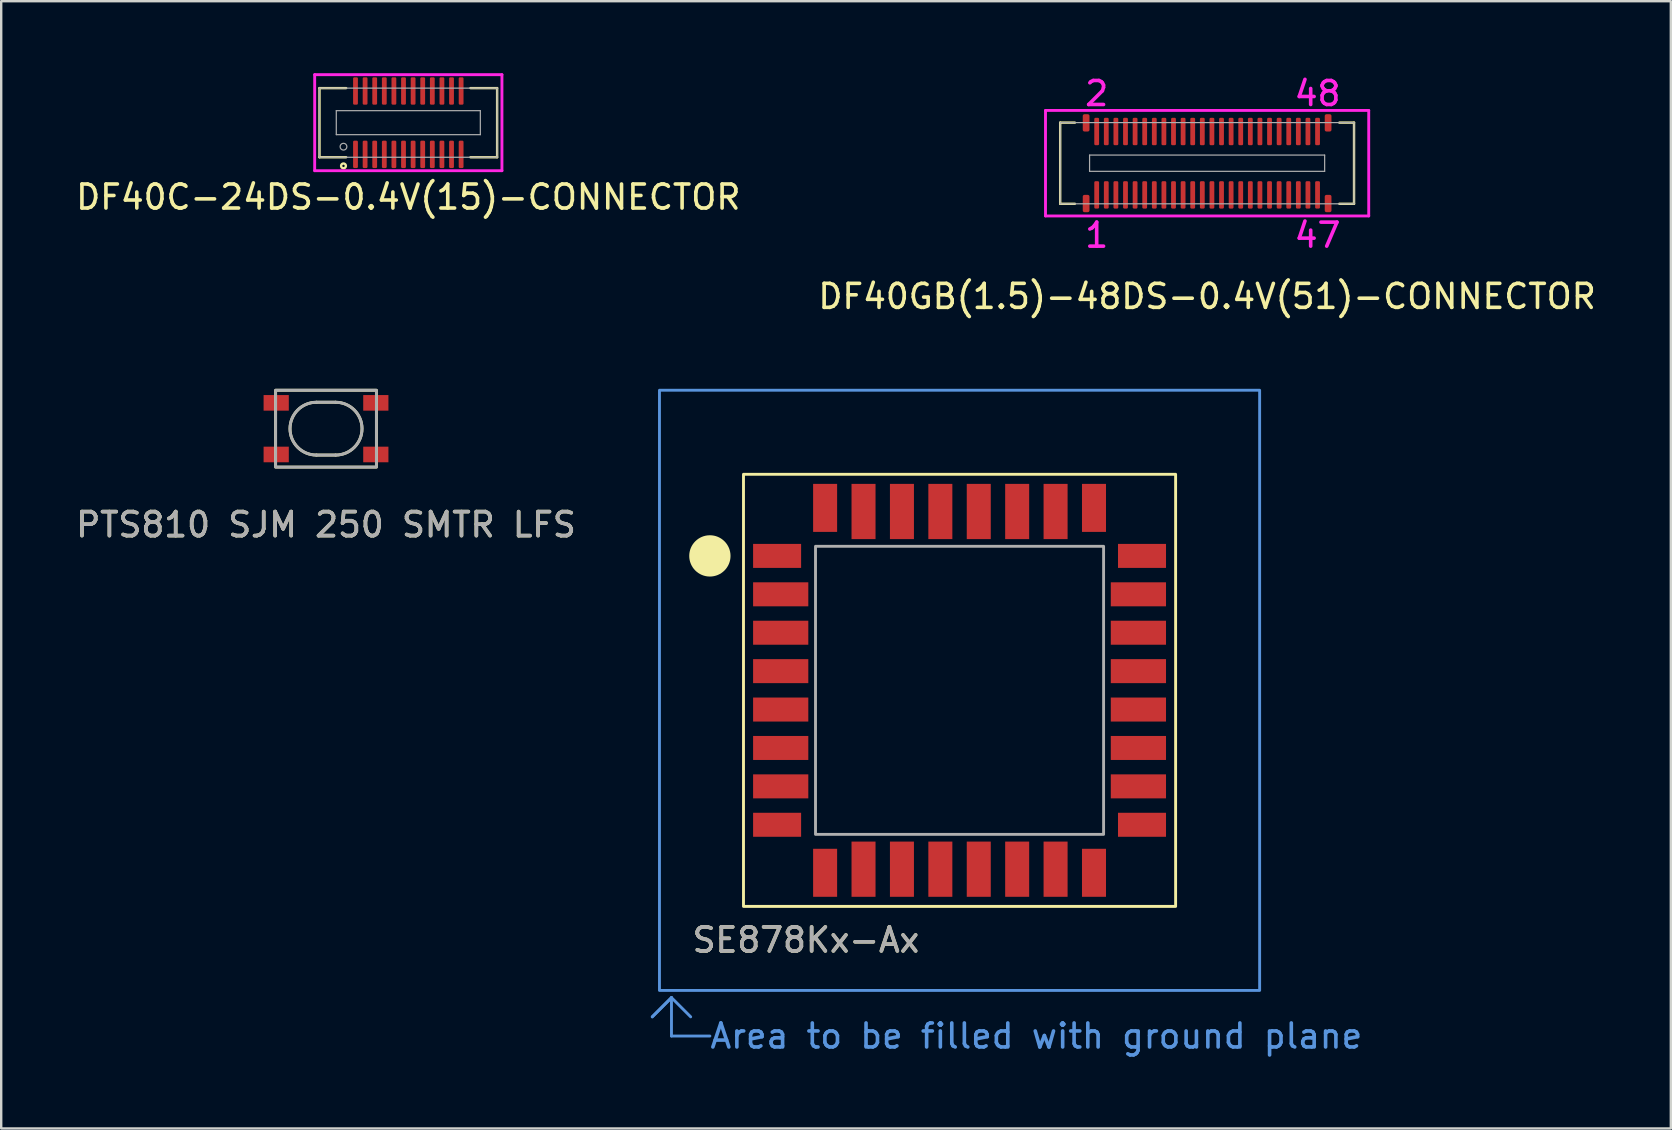
<source format=kicad_pcb>
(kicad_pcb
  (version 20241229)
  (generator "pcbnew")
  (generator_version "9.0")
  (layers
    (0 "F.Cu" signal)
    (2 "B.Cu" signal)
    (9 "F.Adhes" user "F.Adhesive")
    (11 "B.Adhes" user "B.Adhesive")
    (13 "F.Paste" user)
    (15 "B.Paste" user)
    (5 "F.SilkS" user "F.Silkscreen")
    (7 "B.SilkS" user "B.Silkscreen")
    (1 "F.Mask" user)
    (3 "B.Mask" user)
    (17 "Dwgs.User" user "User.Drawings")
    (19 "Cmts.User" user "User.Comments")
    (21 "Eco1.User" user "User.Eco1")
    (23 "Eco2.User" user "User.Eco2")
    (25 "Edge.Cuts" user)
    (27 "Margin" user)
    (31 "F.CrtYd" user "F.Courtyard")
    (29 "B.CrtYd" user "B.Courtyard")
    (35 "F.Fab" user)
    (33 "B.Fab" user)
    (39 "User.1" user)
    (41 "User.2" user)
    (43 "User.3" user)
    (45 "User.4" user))
  (footprint "DF40C-24DS-0.4V(15)-CONNECTOR"
    (layer "F.Cu")
    (at 13.958 2.06)
    (property "Reference" "DF40C-24DS-0.4V(15)-CONNECTOR" (at 0 3.1 0) (layer "F.SilkS") (effects (font (size 1 1) (thickness 0.15))))
    (attr through_hole)
    (fp_line (start -3.7 -1.44) (end -3.7 1.44) (stroke (width 0.1) (type solid)) (layer "F.SilkS"))
    (fp_line (start -3.7 -1.44) (end -2.59 -1.44) (stroke (width 0.1) (type solid)) (layer "F.SilkS"))
    (fp_line (start -3.7 1.44) (end -2.59 1.44) (stroke (width 0.1) (type solid)) (layer "F.SilkS"))
    (fp_line (start 3.7 -1.44) (end 2.59 -1.44) (stroke (width 0.1) (type solid)) (layer "F.SilkS"))
    (fp_line (start 3.7 1.44) (end 2.59 1.44) (stroke (width 0.1) (type solid)) (layer "F.SilkS"))
    (fp_line (start 3.7 1.44) (end 3.7 -1.44) (stroke (width 0.1) (type solid)) (layer "F.SilkS"))
    (fp_circle (center -2.7 1.8) (end -2.6 1.8) (stroke (width 0.1) (type solid)) (fill no) (layer "F.SilkS"))
    (fp_line (start -3.9 -2) (end 3.9 -2) (stroke (width 0.12) (type solid)) (layer "F.CrtYd"))
    (fp_line (start -3.9 2) (end -3.9 -2) (stroke (width 0.12) (type solid)) (layer "F.CrtYd"))
    (fp_line (start 3.9 -2) (end 3.9 2) (stroke (width 0.12) (type solid)) (layer "F.CrtYd"))
    (fp_line (start 3.9 2) (end -3.9 2) (stroke (width 0.12) (type solid)) (layer "F.CrtYd"))
    (fp_line (start -3.7 -1.44) (end -3.7 1.44) (stroke (width 0.05) (type solid)) (layer "F.Fab"))
    (fp_line (start -3.7 1.44) (end 3.7 1.44) (stroke (width 0.05) (type solid)) (layer "F.Fab"))
    (fp_line (start -3 -0.5) (end -3 0.5) (stroke (width 0.05) (type solid)) (layer "F.Fab"))
    (fp_line (start -3 0.5) (end 3 0.5) (stroke (width 0.05) (type solid)) (layer "F.Fab"))
    (fp_line (start 3 -0.5) (end -3 -0.5) (stroke (width 0.05) (type solid)) (layer "F.Fab"))
    (fp_line (start 3 0.5) (end 3 -0.5) (stroke (width 0.05) (type solid)) (layer "F.Fab"))
    (fp_line (start 3.7 -1.44) (end -3.7 -1.44) (stroke (width 0.05) (type solid)) (layer "F.Fab"))
    (fp_line (start 3.7 1.44) (end 3.7 -1.44) (stroke (width 0.05) (type solid)) (layer "F.Fab"))
    (fp_circle (center -2.7 1) (end -2.6 1.1) (stroke (width 0.05) (type solid)) (fill no) (layer "F.Fab"))
    (pad "1" smd roundrect (at -2.2 1.32) (size 0.2 1.14) (layers "F.Cu" "F.Mask" "F.Paste") (roundrect_rratio 0.25))
    (pad "2" smd roundrect (at -1.8 1.32) (size 0.2 1.14) (layers "F.Cu" "F.Mask" "F.Paste") (roundrect_rratio 0.25))
    (pad "3" smd roundrect (at -1.4 1.32) (size 0.2 1.14) (layers "F.Cu" "F.Mask" "F.Paste") (roundrect_rratio 0.25))
    (pad "4" smd roundrect (at -1 1.32) (size 0.2 1.14) (layers "F.Cu" "F.Mask" "F.Paste") (roundrect_rratio 0.25))
    (pad "5" smd roundrect (at -0.6 1.32) (size 0.2 1.14) (layers "F.Cu" "F.Mask" "F.Paste") (roundrect_rratio 0.25))
    (pad "6" smd roundrect (at -0.2 1.32) (size 0.2 1.14) (layers "F.Cu" "F.Mask" "F.Paste") (roundrect_rratio 0.25))
    (pad "7" smd roundrect (at 0.2 1.32) (size 0.2 1.14) (layers "F.Cu" "F.Mask" "F.Paste") (roundrect_rratio 0.25))
    (pad "8" smd roundrect (at 0.6 1.32) (size 0.2 1.14) (layers "F.Cu" "F.Mask" "F.Paste") (roundrect_rratio 0.25))
    (pad "9" smd roundrect (at 1 1.32) (size 0.2 1.14) (layers "F.Cu" "F.Mask" "F.Paste") (roundrect_rratio 0.25))
    (pad "10" smd roundrect (at 1.4 1.32) (size 0.2 1.14) (layers "F.Cu" "F.Mask" "F.Paste") (roundrect_rratio 0.25))
    (pad "11" smd roundrect (at 1.8 1.32) (size 0.2 1.14) (layers "F.Cu" "F.Mask" "F.Paste") (roundrect_rratio 0.25))
    (pad "12" smd roundrect (at 2.2 1.32) (size 0.2 1.14) (layers "F.Cu" "F.Mask" "F.Paste") (roundrect_rratio 0.25))
    (pad "13" smd roundrect (at 2.2 -1.32) (size 0.2 1.14) (layers "F.Cu" "F.Mask" "F.Paste") (roundrect_rratio 0.25))
    (pad "14" smd roundrect (at 1.8 -1.32) (size 0.2 1.14) (layers "F.Cu" "F.Mask" "F.Paste") (roundrect_rratio 0.25))
    (pad "15" smd roundrect (at 1.4 -1.32) (size 0.2 1.14) (layers "F.Cu" "F.Mask" "F.Paste") (roundrect_rratio 0.25))
    (pad "16" smd roundrect (at 1 -1.32) (size 0.2 1.14) (layers "F.Cu" "F.Mask" "F.Paste") (roundrect_rratio 0.25))
    (pad "17" smd roundrect (at 0.6 -1.32) (size 0.2 1.14) (layers "F.Cu" "F.Mask" "F.Paste") (roundrect_rratio 0.25))
    (pad "18" smd roundrect (at 0.2 -1.32) (size 0.2 1.14) (layers "F.Cu" "F.Mask" "F.Paste") (roundrect_rratio 0.25))
    (pad "19" smd roundrect (at -0.2 -1.32) (size 0.2 1.14) (layers "F.Cu" "F.Mask" "F.Paste") (roundrect_rratio 0.25))
    (pad "20" smd roundrect (at -0.6 -1.32) (size 0.2 1.14) (layers "F.Cu" "F.Mask" "F.Paste") (roundrect_rratio 0.25))
    (pad "21" smd roundrect (at -1 -1.32) (size 0.2 1.14) (layers "F.Cu" "F.Mask" "F.Paste") (roundrect_rratio 0.25))
    (pad "22" smd roundrect (at -1.4 -1.32) (size 0.2 1.14) (layers "F.Cu" "F.Mask" "F.Paste") (roundrect_rratio 0.25))
    (pad "23" smd roundrect (at -1.8 -1.32) (size 0.2 1.14) (layers "F.Cu" "F.Mask" "F.Paste") (roundrect_rratio 0.25))
    (pad "24" smd roundrect (at -2.2 -1.32) (size 0.2 1.14) (layers "F.Cu" "F.Mask" "F.Paste") (roundrect_rratio 0.25)))
  (footprint "PTS810 SJM 250 SMTR LFS"
    (layer "F.Cu")
    (at 10.53 14.806)
    (property "Reference" "PTS810 SJM 250 SMTR LFS" (at 0 4 0) (unlocked yes) (layer "F.SilkS") (effects (font (size 1 1) (thickness 0.15))))
    (attr smd)
    (fp_line (start -0.4 1.1) (end 0.4 1.1) (stroke (width 0.12) (type solid)) (layer "F.SilkS"))
    (fp_line (start 0.4 -1.1) (end -0.4 -1.1) (stroke (width 0.12) (type solid)) (layer "F.SilkS"))
    (fp_rect (start -2.1 1.6) (end 2.1 -1.6) (stroke (width 0.12) (type solid)) (fill no) (layer "F.SilkS"))
    (fp_arc (start -0.4 1.1) (mid -1.5 0) (end -0.4 -1.1) (stroke (width 0.12) (type solid)) (layer "F.SilkS"))
    (fp_arc (start 0.4 -1.1) (mid 1.5 0) (end 0.4 1.1) (stroke (width 0.12) (type solid)) (layer "F.SilkS"))
    (fp_line (start -0.4 1.1) (end 0.4 1.1) (stroke (width 0.12) (type solid)) (layer "F.Fab"))
    (fp_line (start 0.4 -1.1) (end -0.4 -1.1) (stroke (width 0.12) (type solid)) (layer "F.Fab"))
    (fp_rect (start -2.1 -1.6) (end 2.1 1.6) (stroke (width 0.12) (type solid)) (fill no) (layer "F.Fab"))
    (fp_arc (start -0.4 1.1) (mid -1.5 0) (end -0.4 -1.1) (stroke (width 0.12) (type solid)) (layer "F.Fab"))
    (fp_arc (start 0.4 -1.1) (mid 1.5 0) (end 0.4 1.1) (stroke (width 0.12) (type solid)) (layer "F.Fab"))
    (fp_text user "${REFERENCE}" (at 0 4 0) (unlocked yes) (layer "F.Fab") (effects (font (size 1 1) (thickness 0.15))))
    (pad "1" smd rect (at -2.075 -1.075) (size 1.05 0.65) (layers "F.Cu" "F.Mask" "F.Paste"))
    (pad "2" smd rect (at -2.075 1.075) (size 1.05 0.65) (layers "F.Cu" "F.Mask" "F.Paste"))
    (pad "3" smd rect (at 2.075 1.075) (size 1.05 0.65) (layers "F.Cu" "F.Mask" "F.Paste"))
    (pad "4" smd rect (at 2.075 -1.075) (size 1.05 0.65) (layers "F.Cu" "F.Mask" "F.Paste")))
  (footprint "SE878Kx-Ax"
    (layer "F.Cu")
    (at 36.92 25.706)
    (property "Reference" "SE878Kx-Ax" (at -6.4 10.4 0) (unlocked yes) (layer "F.SilkS") (effects (font (size 1 1) (thickness 0.15))))
    (attr smd)
    (fp_rect (start -9 -9) (end 9 9) (stroke (width 0.12) (type solid)) (fill no) (layer "F.SilkS"))
    (fp_circle (center -10.4 -5.6) (end -9.6 -5.6) (stroke (width 0.12) (type solid)) (fill yes) (layer "F.SilkS"))
    (fp_line (start -12.8 13.6) (end -12 12.8) (stroke (width 0.12) (type solid)) (layer "Cmts.User"))
    (fp_line (start -12 12.8) (end -12.8 13.6) (stroke (width 0.12) (type solid)) (layer "Cmts.User"))
    (fp_line (start -12 12.8) (end -11.2 13.6) (stroke (width 0.12) (type solid)) (layer "Cmts.User"))
    (fp_line (start -12 14.4) (end -12 12.8) (stroke (width 0.12) (type solid)) (layer "Cmts.User"))
    (fp_line (start -10.4 14.4) (end -12 14.4) (stroke (width 0.12) (type solid)) (layer "Cmts.User"))
    (fp_rect (start -12.5 -12.5) (end 12.5 12.5) (stroke (width 0.12) (type solid)) (fill no) (layer "Cmts.User"))
    (fp_rect (start -6 -6) (end 6 6) (stroke (width 0.12) (type solid)) (fill no) (layer "F.Fab"))
    (fp_text user "Area to be filled with ground plane" (at 3.2 14.4 0) (unlocked yes) (layer "Cmts.User") (effects (font (size 1 1) (thickness 0.15))))
    (fp_text user "${REFERENCE}" (at -6.4 10.4 0) (unlocked yes) (layer "F.Fab") (effects (font (size 1 1) (thickness 0.15))))
    (pad "1" smd rect (at -7.6 -5.6 90) (size 1 2) (layers "F.Cu" "F.Mask" "F.Paste"))
    (pad "2" smd rect (at -7.45 -4 90) (size 1 2.3) (layers "F.Cu" "F.Mask" "F.Paste"))
    (pad "3" smd rect (at -7.45 -2.4 90) (size 1 2.3) (layers "F.Cu" "F.Mask" "F.Paste"))
    (pad "4" smd rect (at -7.45 -0.8 90) (size 1 2.3) (layers "F.Cu" "F.Mask" "F.Paste"))
    (pad "5" smd rect (at -7.45 0.8 90) (size 1 2.3) (layers "F.Cu" "F.Mask" "F.Paste"))
    (pad "6" smd rect (at -7.45 2.4 90) (size 1 2.3) (layers "F.Cu" "F.Mask" "F.Paste"))
    (pad "7" smd rect (at -7.45 4 90) (size 1 2.3) (layers "F.Cu" "F.Mask" "F.Paste"))
    (pad "8" smd rect (at -7.6 5.6 90) (size 1 2) (layers "F.Cu" "F.Mask" "F.Paste"))
    (pad "9" smd rect (at -5.6 7.6 180) (size 1 2) (layers "F.Cu" "F.Mask" "F.Paste"))
    (pad "10" smd rect (at -4 7.45 180) (size 1 2.3) (layers "F.Cu" "F.Mask" "F.Paste"))
    (pad "11" smd rect (at -2.4 7.45 180) (size 1 2.3) (layers "F.Cu" "F.Mask" "F.Paste"))
    (pad "12" smd rect (at -0.8 7.45 180) (size 1 2.3) (layers "F.Cu" "F.Mask" "F.Paste"))
    (pad "13" smd rect (at 0.8 7.45 180) (size 1 2.3) (layers "F.Cu" "F.Mask" "F.Paste"))
    (pad "14" smd rect (at 2.4 7.45 180) (size 1 2.3) (layers "F.Cu" "F.Mask" "F.Paste"))
    (pad "15" smd rect (at 4 7.45 180) (size 1 2.3) (layers "F.Cu" "F.Mask" "F.Paste"))
    (pad "16" smd rect (at 5.6 7.6 180) (size 1 2) (layers "F.Cu" "F.Mask" "F.Paste"))
    (pad "17" smd rect (at 7.6 5.6 270) (size 1 2) (layers "F.Cu" "F.Mask" "F.Paste"))
    (pad "18" smd rect (at 7.45 4 270) (size 1 2.3) (layers "F.Cu" "F.Mask" "F.Paste"))
    (pad "19" smd rect (at 7.45 2.4 270) (size 1 2.3) (layers "F.Cu" "F.Mask" "F.Paste"))
    (pad "20" smd rect (at 7.45 0.8 270) (size 1 2.3) (layers "F.Cu" "F.Mask" "F.Paste"))
    (pad "21" smd rect (at 7.45 -0.8 270) (size 1 2.3) (layers "F.Cu" "F.Mask" "F.Paste"))
    (pad "22" smd rect (at 7.45 -2.4 270) (size 1 2.3) (layers "F.Cu" "F.Mask" "F.Paste"))
    (pad "23" smd rect (at 7.45 -4 270) (size 1 2.3) (layers "F.Cu" "F.Mask" "F.Paste"))
    (pad "24" smd rect (at 7.6 -5.6 270) (size 1 2) (layers "F.Cu" "F.Mask" "F.Paste"))
    (pad "25" smd rect (at 5.6 -7.6) (size 1 2) (layers "F.Cu" "F.Mask" "F.Paste"))
    (pad "26" smd rect (at 4 -7.45) (size 1 2.3) (layers "F.Cu" "F.Mask" "F.Paste"))
    (pad "27" smd rect (at 2.4 -7.45) (size 1 2.3) (layers "F.Cu" "F.Mask" "F.Paste"))
    (pad "28" smd rect (at 0.8 -7.45) (size 1 2.3) (layers "F.Cu" "F.Mask" "F.Paste"))
    (pad "29" smd rect (at -0.8 -7.45) (size 1 2.3) (layers "F.Cu" "F.Mask" "F.Paste"))
    (pad "30" smd rect (at -2.4 -7.45) (size 1 2.3) (layers "F.Cu" "F.Mask" "F.Paste"))
    (pad "31" smd rect (at -4 -7.45) (size 1 2.3) (layers "F.Cu" "F.Mask" "F.Paste"))
    (pad "32" smd rect (at -5.6 -7.6) (size 1 2) (layers "F.Cu" "F.Mask" "F.Paste")))
  (footprint "DF40GB(1.5)-48DS-0.4V(51)-CONNECTOR"
    (layer "F.Cu")
    (at 47.232 3.748)
    (property "Reference" "DF40GB(1.5)-48DS-0.4V(51)-CONNECTOR" (at 0 5.55 0) (layer "F.SilkS") (effects (font (size 1 1) (thickness 0.15))))
    (attr through_hole)
    (fp_line (start -6.12 -1.69) (end -6.12 1.69) (stroke (width 0.1) (type solid)) (layer "F.SilkS"))
    (fp_line (start -6.12 1.69) (end -5.508 1.69) (stroke (width 0.1) (type solid)) (layer "F.SilkS"))
    (fp_line (start -5.508 -1.69) (end -6.12 -1.69) (stroke (width 0.1) (type solid)) (layer "F.SilkS"))
    (fp_line (start 5.508 1.69) (end 6.12 1.69) (stroke (width 0.1) (type solid)) (layer "F.SilkS"))
    (fp_line (start 6.12 -1.69) (end 5.508 -1.69) (stroke (width 0.1) (type solid)) (layer "F.SilkS"))
    (fp_line (start 6.12 1.69) (end 6.12 -1.69) (stroke (width 0.1) (type solid)) (layer "F.SilkS"))
    (fp_line (start -6.732 -2.197) (end -6.732 2.197) (stroke (width 0.12) (type solid)) (layer "F.CrtYd"))
    (fp_line (start -6.732 2.197) (end 6.732 2.197) (stroke (width 0.12) (type solid)) (layer "F.CrtYd"))
    (fp_line (start 6.732 -2.197) (end -6.732 -2.197) (stroke (width 0.12) (type solid)) (layer "F.CrtYd"))
    (fp_line (start 6.732 2.197) (end 6.732 -2.197) (stroke (width 0.12) (type solid)) (layer "F.CrtYd"))
    (fp_line (start -6.12 -1.69) (end 6.12 -1.69) (stroke (width 0.05) (type solid)) (layer "F.Fab"))
    (fp_line (start -6.12 1.69) (end -6.12 -1.69) (stroke (width 0.05) (type solid)) (layer "F.Fab"))
    (fp_line (start -4.896 -0.338) (end 4.896 -0.338) (stroke (width 0.05) (type solid)) (layer "F.Fab"))
    (fp_line (start -4.896 0.338) (end -4.896 -0.338) (stroke (width 0.05) (type solid)) (layer "F.Fab"))
    (fp_line (start 4.896 -0.338) (end 4.896 0.338) (stroke (width 0.05) (type solid)) (layer "F.Fab"))
    (fp_line (start 4.896 0.338) (end -4.896 0.338) (stroke (width 0.05) (type solid)) (layer "F.Fab"))
    (fp_line (start 6.12 -1.69) (end 6.12 1.69) (stroke (width 0.05) (type solid)) (layer "F.Fab"))
    (fp_line (start 6.12 1.69) (end -6.12 1.69) (stroke (width 0.05) (type solid)) (layer "F.Fab"))
    (fp_text user "2" (at -4.6 -2.9 0) (layer "F.CrtYd") (effects (font (size 1 1) (thickness 0.15))))
    (fp_text user "48" (at 4.6 -2.9 0) (layer "F.CrtYd") (effects (font (size 1 1) (thickness 0.15))))
    (fp_text user "1" (at -4.6 3 0) (layer "F.CrtYd") (effects (font (size 1 1) (thickness 0.15))))
    (fp_text user "47" (at 4.6 3 0) (layer "F.CrtYd") (effects (font (size 1 1) (thickness 0.15))))
    (pad "1" smd roundrect (at -4.6 1.32) (size 0.2 1.14) (layers "F.Cu" "F.Mask" "F.Paste") (roundrect_rratio 0.25))
    (pad "2" smd roundrect (at -4.6 -1.32) (size 0.2 1.14) (layers "F.Cu" "F.Mask" "F.Paste") (roundrect_rratio 0.25))
    (pad "3" smd roundrect (at -4.2 1.32) (size 0.2 1.14) (layers "F.Cu" "F.Mask" "F.Paste") (roundrect_rratio 0.25))
    (pad "4" smd roundrect (at -4.2 -1.32) (size 0.2 1.14) (layers "F.Cu" "F.Mask" "F.Paste") (roundrect_rratio 0.25))
    (pad "5" smd roundrect (at -3.8 1.32) (size 0.2 1.14) (layers "F.Cu" "F.Mask" "F.Paste") (roundrect_rratio 0.25))
    (pad "6" smd roundrect (at -3.8 -1.32) (size 0.2 1.14) (layers "F.Cu" "F.Mask" "F.Paste") (roundrect_rratio 0.25))
    (pad "7" smd roundrect (at -3.4 1.32) (size 0.2 1.14) (layers "F.Cu" "F.Mask" "F.Paste") (roundrect_rratio 0.25))
    (pad "8" smd roundrect (at -3.4 -1.32) (size 0.2 1.14) (layers "F.Cu" "F.Mask" "F.Paste") (roundrect_rratio 0.25))
    (pad "9" smd roundrect (at -3 1.32) (size 0.2 1.14) (layers "F.Cu" "F.Mask" "F.Paste") (roundrect_rratio 0.25))
    (pad "10" smd roundrect (at -3 -1.32) (size 0.2 1.14) (layers "F.Cu" "F.Mask" "F.Paste") (roundrect_rratio 0.25))
    (pad "11" smd roundrect (at -2.6 1.32) (size 0.2 1.14) (layers "F.Cu" "F.Mask" "F.Paste") (roundrect_rratio 0.25))
    (pad "12" smd roundrect (at -2.6 -1.32) (size 0.2 1.14) (layers "F.Cu" "F.Mask" "F.Paste") (roundrect_rratio 0.25))
    (pad "13" smd roundrect (at -2.2 1.32) (size 0.2 1.14) (layers "F.Cu" "F.Mask" "F.Paste") (roundrect_rratio 0.25))
    (pad "14" smd roundrect (at -2.2 -1.32) (size 0.2 1.14) (layers "F.Cu" "F.Mask" "F.Paste") (roundrect_rratio 0.25))
    (pad "15" smd roundrect (at -1.8 1.32) (size 0.2 1.14) (layers "F.Cu" "F.Mask" "F.Paste") (roundrect_rratio 0.25))
    (pad "16" smd roundrect (at -1.8 -1.32) (size 0.2 1.14) (layers "F.Cu" "F.Mask" "F.Paste") (roundrect_rratio 0.25))
    (pad "17" smd roundrect (at -1.4 1.32) (size 0.2 1.14) (layers "F.Cu" "F.Mask" "F.Paste") (roundrect_rratio 0.25))
    (pad "18" smd roundrect (at -1.4 -1.32) (size 0.2 1.14) (layers "F.Cu" "F.Mask" "F.Paste") (roundrect_rratio 0.25))
    (pad "19" smd roundrect (at -1 1.32) (size 0.2 1.14) (layers "F.Cu" "F.Mask" "F.Paste") (roundrect_rratio 0.25))
    (pad "20" smd roundrect (at -1 -1.32) (size 0.2 1.14) (layers "F.Cu" "F.Mask" "F.Paste") (roundrect_rratio 0.25))
    (pad "21" smd roundrect (at -0.6 1.32) (size 0.2 1.14) (layers "F.Cu" "F.Mask" "F.Paste") (roundrect_rratio 0.25))
    (pad "22" smd roundrect (at -0.6 -1.32) (size 0.2 1.14) (layers "F.Cu" "F.Mask" "F.Paste") (roundrect_rratio 0.25))
    (pad "23" smd roundrect (at -0.2 1.32) (size 0.2 1.14) (layers "F.Cu" "F.Mask" "F.Paste") (roundrect_rratio 0.25))
    (pad "24" smd roundrect (at -0.2 -1.32) (size 0.2 1.14) (layers "F.Cu" "F.Mask" "F.Paste") (roundrect_rratio 0.25))
    (pad "25" smd roundrect (at 0.2 1.32) (size 0.2 1.14) (layers "F.Cu" "F.Mask" "F.Paste") (roundrect_rratio 0.25))
    (pad "26" smd roundrect (at 0.2 -1.32) (size 0.2 1.14) (layers "F.Cu" "F.Mask" "F.Paste") (roundrect_rratio 0.25))
    (pad "27" smd roundrect (at 0.6 1.32) (size 0.2 1.14) (layers "F.Cu" "F.Mask" "F.Paste") (roundrect_rratio 0.25))
    (pad "28" smd roundrect (at 0.6 -1.32) (size 0.2 1.14) (layers "F.Cu" "F.Mask" "F.Paste") (roundrect_rratio 0.25))
    (pad "29" smd roundrect (at 1 1.32) (size 0.2 1.14) (layers "F.Cu" "F.Mask" "F.Paste") (roundrect_rratio 0.25))
    (pad "30" smd roundrect (at 1 -1.32) (size 0.2 1.14) (layers "F.Cu" "F.Mask" "F.Paste") (roundrect_rratio 0.25))
    (pad "31" smd roundrect (at 1.4 1.32) (size 0.2 1.14) (layers "F.Cu" "F.Mask" "F.Paste") (roundrect_rratio 0.25))
    (pad "32" smd roundrect (at 1.4 -1.32) (size 0.2 1.14) (layers "F.Cu" "F.Mask" "F.Paste") (roundrect_rratio 0.25))
    (pad "33" smd roundrect (at 1.8 1.32) (size 0.2 1.14) (layers "F.Cu" "F.Mask" "F.Paste") (roundrect_rratio 0.25))
    (pad "34" smd roundrect (at 1.8 -1.32) (size 0.2 1.14) (layers "F.Cu" "F.Mask" "F.Paste") (roundrect_rratio 0.25))
    (pad "35" smd roundrect (at 2.2 1.32) (size 0.2 1.14) (layers "F.Cu" "F.Mask" "F.Paste") (roundrect_rratio 0.25))
    (pad "36" smd roundrect (at 2.2 -1.32) (size 0.2 1.14) (layers "F.Cu" "F.Mask" "F.Paste") (roundrect_rratio 0.25))
    (pad "37" smd roundrect (at 2.6 1.32) (size 0.2 1.14) (layers "F.Cu" "F.Mask" "F.Paste") (roundrect_rratio 0.25))
    (pad "38" smd roundrect (at 2.6 -1.32) (size 0.2 1.14) (layers "F.Cu" "F.Mask" "F.Paste") (roundrect_rratio 0.25))
    (pad "39" smd roundrect (at 3 1.32) (size 0.2 1.14) (layers "F.Cu" "F.Mask" "F.Paste") (roundrect_rratio 0.25))
    (pad "40" smd roundrect (at 3 -1.32) (size 0.2 1.14) (layers "F.Cu" "F.Mask" "F.Paste") (roundrect_rratio 0.25))
    (pad "41" smd roundrect (at 3.4 1.32) (size 0.2 1.14) (layers "F.Cu" "F.Mask" "F.Paste") (roundrect_rratio 0.25))
    (pad "42" smd roundrect (at 3.4 -1.32) (size 0.2 1.14) (layers "F.Cu" "F.Mask" "F.Paste") (roundrect_rratio 0.25))
    (pad "43" smd roundrect (at 3.8 1.32) (size 0.2 1.14) (layers "F.Cu" "F.Mask" "F.Paste") (roundrect_rratio 0.25))
    (pad "44" smd roundrect (at 3.8 -1.32) (size 0.2 1.14) (layers "F.Cu" "F.Mask" "F.Paste") (roundrect_rratio 0.25))
    (pad "45" smd roundrect (at 4.2 1.32) (size 0.2 1.14) (layers "F.Cu" "F.Mask" "F.Paste") (roundrect_rratio 0.25))
    (pad "46" smd roundrect (at 4.2 -1.32) (size 0.2 1.14) (layers "F.Cu" "F.Mask" "F.Paste") (roundrect_rratio 0.25))
    (pad "47" smd roundrect (at 4.6 1.32) (size 0.2 1.14) (layers "F.Cu" "F.Mask" "F.Paste") (roundrect_rratio 0.25))
    (pad "48" smd roundrect (at 4.6 -1.32) (size 0.2 1.14) (layers "F.Cu" "F.Mask" "F.Paste") (roundrect_rratio 0.25))
    (pad "S" smd roundrect (at -5.04 -1.68) (size 0.28 0.72) (layers "F.Cu" "F.Mask" "F.Paste") (roundrect_rratio 0.25))
    (pad "S" smd roundrect (at -5.04 1.68) (size 0.28 0.72) (layers "F.Cu" "F.Mask" "F.Paste") (roundrect_rratio 0.25))
    (pad "S" smd roundrect (at 5.04 -1.68) (size 0.28 0.72) (layers "F.Cu" "F.Mask" "F.Paste") (roundrect_rratio 0.25))
    (pad "S" smd roundrect (at 5.04 1.68) (size 0.28 0.72) (layers "F.Cu" "F.Mask" "F.Paste") (roundrect_rratio 0.25)))
  (gr_rect
    (start -3 -3)
    (end 66.548 43.955)
    (stroke (width 0.1) (type default))
    (fill no)
    (layer "Edge.Cuts")))
</source>
